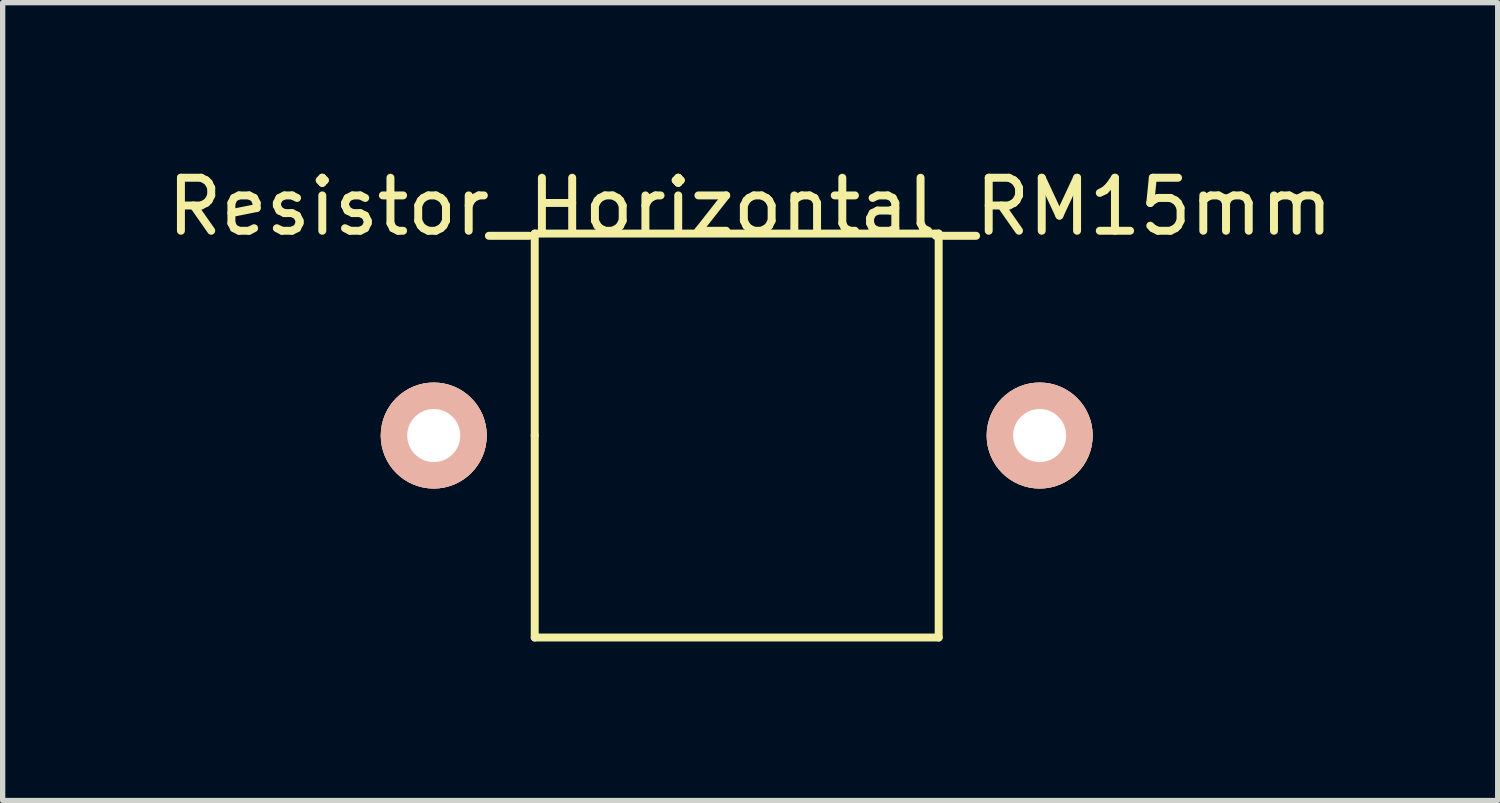
<source format=kicad_pcb>
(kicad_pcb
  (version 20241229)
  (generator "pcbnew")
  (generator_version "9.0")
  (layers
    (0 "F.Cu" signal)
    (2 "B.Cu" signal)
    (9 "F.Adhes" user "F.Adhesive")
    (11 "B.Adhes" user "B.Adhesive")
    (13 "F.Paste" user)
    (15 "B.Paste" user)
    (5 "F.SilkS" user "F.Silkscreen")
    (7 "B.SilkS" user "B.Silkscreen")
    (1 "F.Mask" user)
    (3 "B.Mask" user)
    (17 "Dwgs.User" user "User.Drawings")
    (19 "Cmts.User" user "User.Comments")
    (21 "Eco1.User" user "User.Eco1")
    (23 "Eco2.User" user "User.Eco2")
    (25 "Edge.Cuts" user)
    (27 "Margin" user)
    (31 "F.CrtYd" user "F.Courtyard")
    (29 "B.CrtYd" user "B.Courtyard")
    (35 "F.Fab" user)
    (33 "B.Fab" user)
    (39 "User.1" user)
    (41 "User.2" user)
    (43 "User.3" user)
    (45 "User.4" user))
  (footprint "Resistor_Horizontal_RM15mm"
    (layer "F.Cu")
    (at 13.387 5.166)
    (property "Reference" "Resistor_Horizontal_RM15mm" (at -2.286 -4.318 0) (layer "F.SilkS") (effects (font (size 1 1) (thickness 0.15))))
    (attr through_hole)
    (fp_line (start -6.35 -3.81) (end 1.27 -3.81) (stroke (width 0.15) (type solid)) (layer "F.SilkS"))
    (fp_line (start -6.35 0) (end -6.35 -3.81) (stroke (width 0.15) (type solid)) (layer "F.SilkS"))
    (fp_line (start -6.35 3.81) (end -6.35 0) (stroke (width 0.15) (type solid)) (layer "F.SilkS"))
    (fp_line (start 1.27 -3.81) (end 1.27 3.81) (stroke (width 0.15) (type solid)) (layer "F.SilkS"))
    (fp_line (start 1.27 3.81) (end -6.35 3.81) (stroke (width 0.15) (type solid)) (layer "F.SilkS"))
    (pad "1" thru_hole circle (at -8.255 0) (size 1.999 1.999) (drill 1.001) (layers "*.Cu" "*.SilkS" "*.Mask"))
    (pad "2" thru_hole circle (at 3.175 0) (size 1.999 1.999) (drill 1.001) (layers "*.Cu" "*.SilkS" "*.Mask")))
  (gr_rect
    (start -3 -3)
    (end 25.202 12.051)
    (stroke (width 0.1) (type default))
    (fill no)
    (layer "Edge.Cuts")))
</source>
